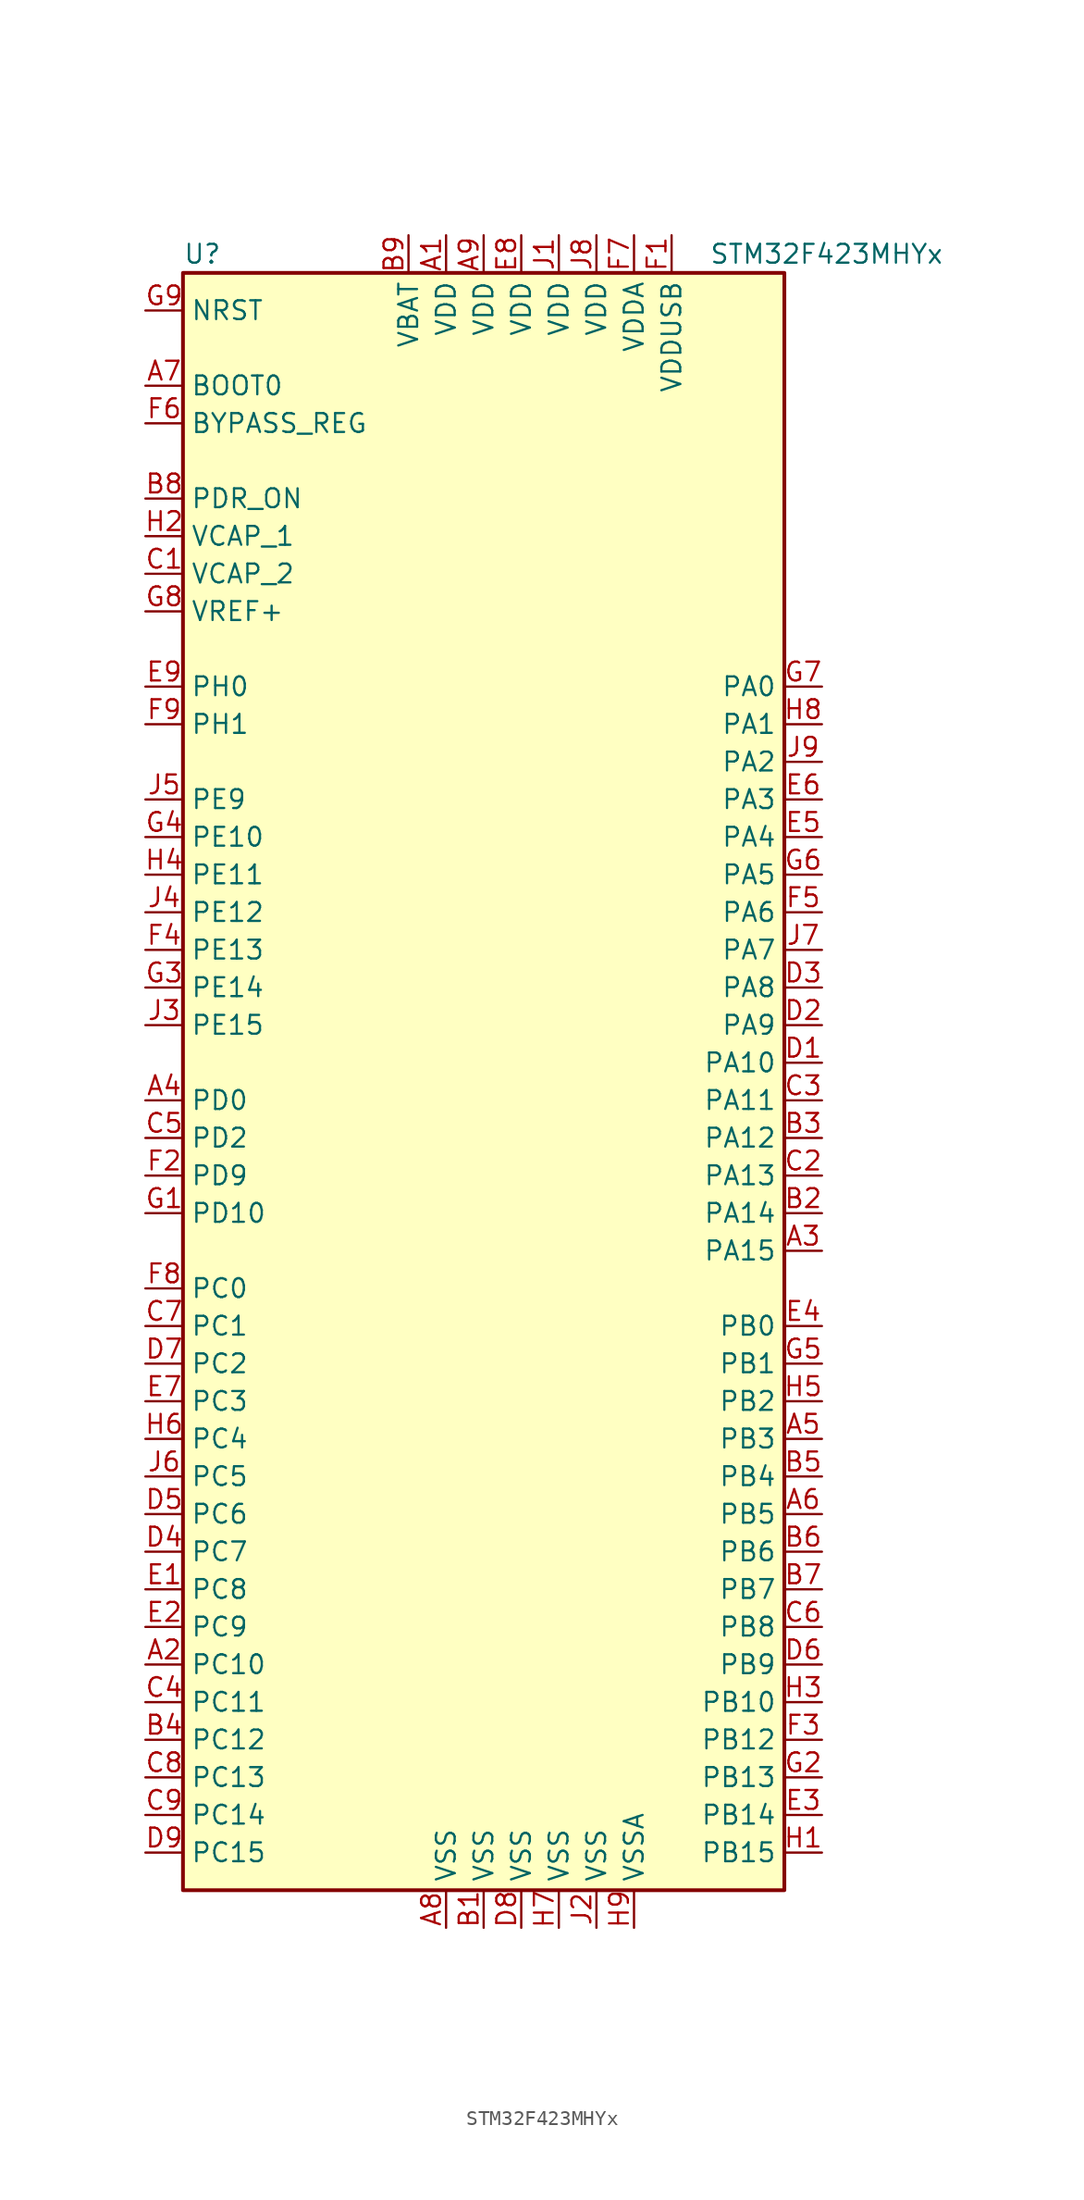
<source format=kicad_sym>
(kicad_symbol_lib
  (version 20201005)
  (generator kicad_symbol_editor)
  (symbol "MCU_ST_STM32F4:STM32F423MHYx"
    (property "Reference" "U"
      (at -20.32 54.61 0)
      (effects (font (size 1.27 1.27)) (justify left)))
    (property "Value" "STM32F423MHYx"
      (at 15.24 54.61 0)
      (effects (font (size 1.27 1.27)) (justify left)))
    (symbol "STM32F423MHYx_0_1"
      (rectangle (start -20.32 -55.88) (end 20.32 53.34) (stroke (width 0.254)) (fill (type background))))
    (symbol "STM32F423MHYx_1_1"
      (pin input line (at -22.86 45.72 0) (length 2.54) (name "BOOT0" (effects (font (size 1.27 1.27)))) (number "A7" (effects (font (size 1.27 1.27)))))
      (pin input line (at -22.86 43.18 0) (length 2.54) (name "BYPASS_REG" (effects (font (size 1.27 1.27)))) (number "F6" (effects (font (size 1.27 1.27)))))
      (pin input line (at -22.86 50.8 0) (length 2.54) (name "NRST" (effects (font (size 1.27 1.27)))) (number "G9" (effects (font (size 1.27 1.27)))))
      (pin bidirectional line (at 22.86 25.4 180) (length 2.54) (name "PA0" (effects (font (size 1.27 1.27)))) (number "G7" (effects (font (size 1.27 1.27)))))
      (pin bidirectional line (at 22.86 22.86 180) (length 2.54) (name "PA1" (effects (font (size 1.27 1.27)))) (number "H8" (effects (font (size 1.27 1.27)))))
      (pin bidirectional line (at 22.86 0 180) (length 2.54) (name "PA10" (effects (font (size 1.27 1.27)))) (number "D1" (effects (font (size 1.27 1.27)))))
      (pin bidirectional line (at 22.86 -2.54 180) (length 2.54) (name "PA11" (effects (font (size 1.27 1.27)))) (number "C3" (effects (font (size 1.27 1.27)))))
      (pin bidirectional line (at 22.86 -5.08 180) (length 2.54) (name "PA12" (effects (font (size 1.27 1.27)))) (number "B3" (effects (font (size 1.27 1.27)))))
      (pin bidirectional line (at 22.86 -7.62 180) (length 2.54) (name "PA13" (effects (font (size 1.27 1.27)))) (number "C2" (effects (font (size 1.27 1.27)))))
      (pin bidirectional line (at 22.86 -10.16 180) (length 2.54) (name "PA14" (effects (font (size 1.27 1.27)))) (number "B2" (effects (font (size 1.27 1.27)))))
      (pin bidirectional line (at 22.86 -12.7 180) (length 2.54) (name "PA15" (effects (font (size 1.27 1.27)))) (number "A3" (effects (font (size 1.27 1.27)))))
      (pin bidirectional line (at 22.86 20.32 180) (length 2.54) (name "PA2" (effects (font (size 1.27 1.27)))) (number "J9" (effects (font (size 1.27 1.27)))))
      (pin bidirectional line (at 22.86 17.78 180) (length 2.54) (name "PA3" (effects (font (size 1.27 1.27)))) (number "E6" (effects (font (size 1.27 1.27)))))
      (pin bidirectional line (at 22.86 15.24 180) (length 2.54) (name "PA4" (effects (font (size 1.27 1.27)))) (number "E5" (effects (font (size 1.27 1.27)))))
      (pin bidirectional line (at 22.86 12.7 180) (length 2.54) (name "PA5" (effects (font (size 1.27 1.27)))) (number "G6" (effects (font (size 1.27 1.27)))))
      (pin bidirectional line (at 22.86 10.16 180) (length 2.54) (name "PA6" (effects (font (size 1.27 1.27)))) (number "F5" (effects (font (size 1.27 1.27)))))
      (pin bidirectional line (at 22.86 7.62 180) (length 2.54) (name "PA7" (effects (font (size 1.27 1.27)))) (number "J7" (effects (font (size 1.27 1.27)))))
      (pin bidirectional line (at 22.86 5.08 180) (length 2.54) (name "PA8" (effects (font (size 1.27 1.27)))) (number "D3" (effects (font (size 1.27 1.27)))))
      (pin bidirectional line (at 22.86 2.54 180) (length 2.54) (name "PA9" (effects (font (size 1.27 1.27)))) (number "D2" (effects (font (size 1.27 1.27)))))
      (pin bidirectional line (at 22.86 -17.78 180) (length 2.54) (name "PB0" (effects (font (size 1.27 1.27)))) (number "E4" (effects (font (size 1.27 1.27)))))
      (pin bidirectional line (at 22.86 -20.32 180) (length 2.54) (name "PB1" (effects (font (size 1.27 1.27)))) (number "G5" (effects (font (size 1.27 1.27)))))
      (pin bidirectional line (at 22.86 -43.18 180) (length 2.54) (name "PB10" (effects (font (size 1.27 1.27)))) (number "H3" (effects (font (size 1.27 1.27)))))
      (pin bidirectional line (at 22.86 -45.72 180) (length 2.54) (name "PB12" (effects (font (size 1.27 1.27)))) (number "F3" (effects (font (size 1.27 1.27)))))
      (pin bidirectional line (at 22.86 -48.26 180) (length 2.54) (name "PB13" (effects (font (size 1.27 1.27)))) (number "G2" (effects (font (size 1.27 1.27)))))
      (pin bidirectional line (at 22.86 -50.8 180) (length 2.54) (name "PB14" (effects (font (size 1.27 1.27)))) (number "E3" (effects (font (size 1.27 1.27)))))
      (pin bidirectional line (at 22.86 -53.34 180) (length 2.54) (name "PB15" (effects (font (size 1.27 1.27)))) (number "H1" (effects (font (size 1.27 1.27)))))
      (pin bidirectional line (at 22.86 -22.86 180) (length 2.54) (name "PB2" (effects (font (size 1.27 1.27)))) (number "H5" (effects (font (size 1.27 1.27)))))
      (pin bidirectional line (at 22.86 -25.4 180) (length 2.54) (name "PB3" (effects (font (size 1.27 1.27)))) (number "A5" (effects (font (size 1.27 1.27)))))
      (pin bidirectional line (at 22.86 -27.94 180) (length 2.54) (name "PB4" (effects (font (size 1.27 1.27)))) (number "B5" (effects (font (size 1.27 1.27)))))
      (pin bidirectional line (at 22.86 -30.48 180) (length 2.54) (name "PB5" (effects (font (size 1.27 1.27)))) (number "A6" (effects (font (size 1.27 1.27)))))
      (pin bidirectional line (at 22.86 -33.02 180) (length 2.54) (name "PB6" (effects (font (size 1.27 1.27)))) (number "B6" (effects (font (size 1.27 1.27)))))
      (pin bidirectional line (at 22.86 -35.56 180) (length 2.54) (name "PB7" (effects (font (size 1.27 1.27)))) (number "B7" (effects (font (size 1.27 1.27)))))
      (pin bidirectional line (at 22.86 -38.1 180) (length 2.54) (name "PB8" (effects (font (size 1.27 1.27)))) (number "C6" (effects (font (size 1.27 1.27)))))
      (pin bidirectional line (at 22.86 -40.64 180) (length 2.54) (name "PB9" (effects (font (size 1.27 1.27)))) (number "D6" (effects (font (size 1.27 1.27)))))
      (pin bidirectional line (at -22.86 -15.24 0) (length 2.54) (name "PC0" (effects (font (size 1.27 1.27)))) (number "F8" (effects (font (size 1.27 1.27)))))
      (pin bidirectional line (at -22.86 -17.78 0) (length 2.54) (name "PC1" (effects (font (size 1.27 1.27)))) (number "C7" (effects (font (size 1.27 1.27)))))
      (pin bidirectional line (at -22.86 -40.64 0) (length 2.54) (name "PC10" (effects (font (size 1.27 1.27)))) (number "A2" (effects (font (size 1.27 1.27)))))
      (pin bidirectional line (at -22.86 -43.18 0) (length 2.54) (name "PC11" (effects (font (size 1.27 1.27)))) (number "C4" (effects (font (size 1.27 1.27)))))
      (pin bidirectional line (at -22.86 -45.72 0) (length 2.54) (name "PC12" (effects (font (size 1.27 1.27)))) (number "B4" (effects (font (size 1.27 1.27)))))
      (pin bidirectional line (at -22.86 -48.26 0) (length 2.54) (name "PC13" (effects (font (size 1.27 1.27)))) (number "C8" (effects (font (size 1.27 1.27)))))
      (pin bidirectional line (at -22.86 -50.8 0) (length 2.54) (name "PC14" (effects (font (size 1.27 1.27)))) (number "C9" (effects (font (size 1.27 1.27)))))
      (pin bidirectional line (at -22.86 -53.34 0) (length 2.54) (name "PC15" (effects (font (size 1.27 1.27)))) (number "D9" (effects (font (size 1.27 1.27)))))
      (pin bidirectional line (at -22.86 -20.32 0) (length 2.54) (name "PC2" (effects (font (size 1.27 1.27)))) (number "D7" (effects (font (size 1.27 1.27)))))
      (pin bidirectional line (at -22.86 -22.86 0) (length 2.54) (name "PC3" (effects (font (size 1.27 1.27)))) (number "E7" (effects (font (size 1.27 1.27)))))
      (pin bidirectional line (at -22.86 -25.4 0) (length 2.54) (name "PC4" (effects (font (size 1.27 1.27)))) (number "H6" (effects (font (size 1.27 1.27)))))
      (pin bidirectional line (at -22.86 -27.94 0) (length 2.54) (name "PC5" (effects (font (size 1.27 1.27)))) (number "J6" (effects (font (size 1.27 1.27)))))
      (pin bidirectional line (at -22.86 -30.48 0) (length 2.54) (name "PC6" (effects (font (size 1.27 1.27)))) (number "D5" (effects (font (size 1.27 1.27)))))
      (pin bidirectional line (at -22.86 -33.02 0) (length 2.54) (name "PC7" (effects (font (size 1.27 1.27)))) (number "D4" (effects (font (size 1.27 1.27)))))
      (pin bidirectional line (at -22.86 -35.56 0) (length 2.54) (name "PC8" (effects (font (size 1.27 1.27)))) (number "E1" (effects (font (size 1.27 1.27)))))
      (pin bidirectional line (at -22.86 -38.1 0) (length 2.54) (name "PC9" (effects (font (size 1.27 1.27)))) (number "E2" (effects (font (size 1.27 1.27)))))
      (pin bidirectional line (at -22.86 -2.54 0) (length 2.54) (name "PD0" (effects (font (size 1.27 1.27)))) (number "A4" (effects (font (size 1.27 1.27)))))
      (pin bidirectional line (at -22.86 -10.16 0) (length 2.54) (name "PD10" (effects (font (size 1.27 1.27)))) (number "G1" (effects (font (size 1.27 1.27)))))
      (pin bidirectional line (at -22.86 -5.08 0) (length 2.54) (name "PD2" (effects (font (size 1.27 1.27)))) (number "C5" (effects (font (size 1.27 1.27)))))
      (pin bidirectional line (at -22.86 -7.62 0) (length 2.54) (name "PD9" (effects (font (size 1.27 1.27)))) (number "F2" (effects (font (size 1.27 1.27)))))
      (pin power_in line (at -22.86 38.1 0) (length 2.54) (name "PDR_ON" (effects (font (size 1.27 1.27)))) (number "B8" (effects (font (size 1.27 1.27)))))
      (pin bidirectional line (at -22.86 15.24 0) (length 2.54) (name "PE10" (effects (font (size 1.27 1.27)))) (number "G4" (effects (font (size 1.27 1.27)))))
      (pin bidirectional line (at -22.86 12.7 0) (length 2.54) (name "PE11" (effects (font (size 1.27 1.27)))) (number "H4" (effects (font (size 1.27 1.27)))))
      (pin bidirectional line (at -22.86 10.16 0) (length 2.54) (name "PE12" (effects (font (size 1.27 1.27)))) (number "J4" (effects (font (size 1.27 1.27)))))
      (pin bidirectional line (at -22.86 7.62 0) (length 2.54) (name "PE13" (effects (font (size 1.27 1.27)))) (number "F4" (effects (font (size 1.27 1.27)))))
      (pin bidirectional line (at -22.86 5.08 0) (length 2.54) (name "PE14" (effects (font (size 1.27 1.27)))) (number "G3" (effects (font (size 1.27 1.27)))))
      (pin bidirectional line (at -22.86 2.54 0) (length 2.54) (name "PE15" (effects (font (size 1.27 1.27)))) (number "J3" (effects (font (size 1.27 1.27)))))
      (pin bidirectional line (at -22.86 17.78 0) (length 2.54) (name "PE9" (effects (font (size 1.27 1.27)))) (number "J5" (effects (font (size 1.27 1.27)))))
      (pin input line (at -22.86 25.4 0) (length 2.54) (name "PH0" (effects (font (size 1.27 1.27)))) (number "E9" (effects (font (size 1.27 1.27)))))
      (pin input line (at -22.86 22.86 0) (length 2.54) (name "PH1" (effects (font (size 1.27 1.27)))) (number "F9" (effects (font (size 1.27 1.27)))))
      (pin power_in line (at -5.08 55.88 270) (length 2.54) (name "VBAT" (effects (font (size 1.27 1.27)))) (number "B9" (effects (font (size 1.27 1.27)))))
      (pin power_in line (at -22.86 35.56 0) (length 2.54) (name "VCAP_1" (effects (font (size 1.27 1.27)))) (number "H2" (effects (font (size 1.27 1.27)))))
      (pin power_in line (at -22.86 33.02 0) (length 2.54) (name "VCAP_2" (effects (font (size 1.27 1.27)))) (number "C1" (effects (font (size 1.27 1.27)))))
      (pin power_in line (at -2.54 55.88 270) (length 2.54) (name "VDD" (effects (font (size 1.27 1.27)))) (number "A1" (effects (font (size 1.27 1.27)))))
      (pin power_in line (at 0 55.88 270) (length 2.54) (name "VDD" (effects (font (size 1.27 1.27)))) (number "A9" (effects (font (size 1.27 1.27)))))
      (pin power_in line (at 2.54 55.88 270) (length 2.54) (name "VDD" (effects (font (size 1.27 1.27)))) (number "E8" (effects (font (size 1.27 1.27)))))
      (pin power_in line (at 5.08 55.88 270) (length 2.54) (name "VDD" (effects (font (size 1.27 1.27)))) (number "J1" (effects (font (size 1.27 1.27)))))
      (pin power_in line (at 7.62 55.88 270) (length 2.54) (name "VDD" (effects (font (size 1.27 1.27)))) (number "J8" (effects (font (size 1.27 1.27)))))
      (pin power_in line (at 10.16 55.88 270) (length 2.54) (name "VDDA" (effects (font (size 1.27 1.27)))) (number "F7" (effects (font (size 1.27 1.27)))))
      (pin power_in line (at 12.7 55.88 270) (length 2.54) (name "VDDUSB" (effects (font (size 1.27 1.27)))) (number "F1" (effects (font (size 1.27 1.27)))))
      (pin power_in line (at -22.86 30.48 0) (length 2.54) (name "VREF+" (effects (font (size 1.27 1.27)))) (number "G8" (effects (font (size 1.27 1.27)))))
      (pin power_in line (at -2.54 -58.42 90) (length 2.54) (name "VSS" (effects (font (size 1.27 1.27)))) (number "A8" (effects (font (size 1.27 1.27)))))
      (pin power_in line (at 0 -58.42 90) (length 2.54) (name "VSS" (effects (font (size 1.27 1.27)))) (number "B1" (effects (font (size 1.27 1.27)))))
      (pin power_in line (at 2.54 -58.42 90) (length 2.54) (name "VSS" (effects (font (size 1.27 1.27)))) (number "D8" (effects (font (size 1.27 1.27)))))
      (pin power_in line (at 5.08 -58.42 90) (length 2.54) (name "VSS" (effects (font (size 1.27 1.27)))) (number "H7" (effects (font (size 1.27 1.27)))))
      (pin power_in line (at 7.62 -58.42 90) (length 2.54) (name "VSS" (effects (font (size 1.27 1.27)))) (number "J2" (effects (font (size 1.27 1.27)))))
      (pin power_in line (at 10.16 -58.42 90) (length 2.54) (name "VSSA" (effects (font (size 1.27 1.27)))) (number "H9" (effects (font (size 1.27 1.27))))))))
</source>
